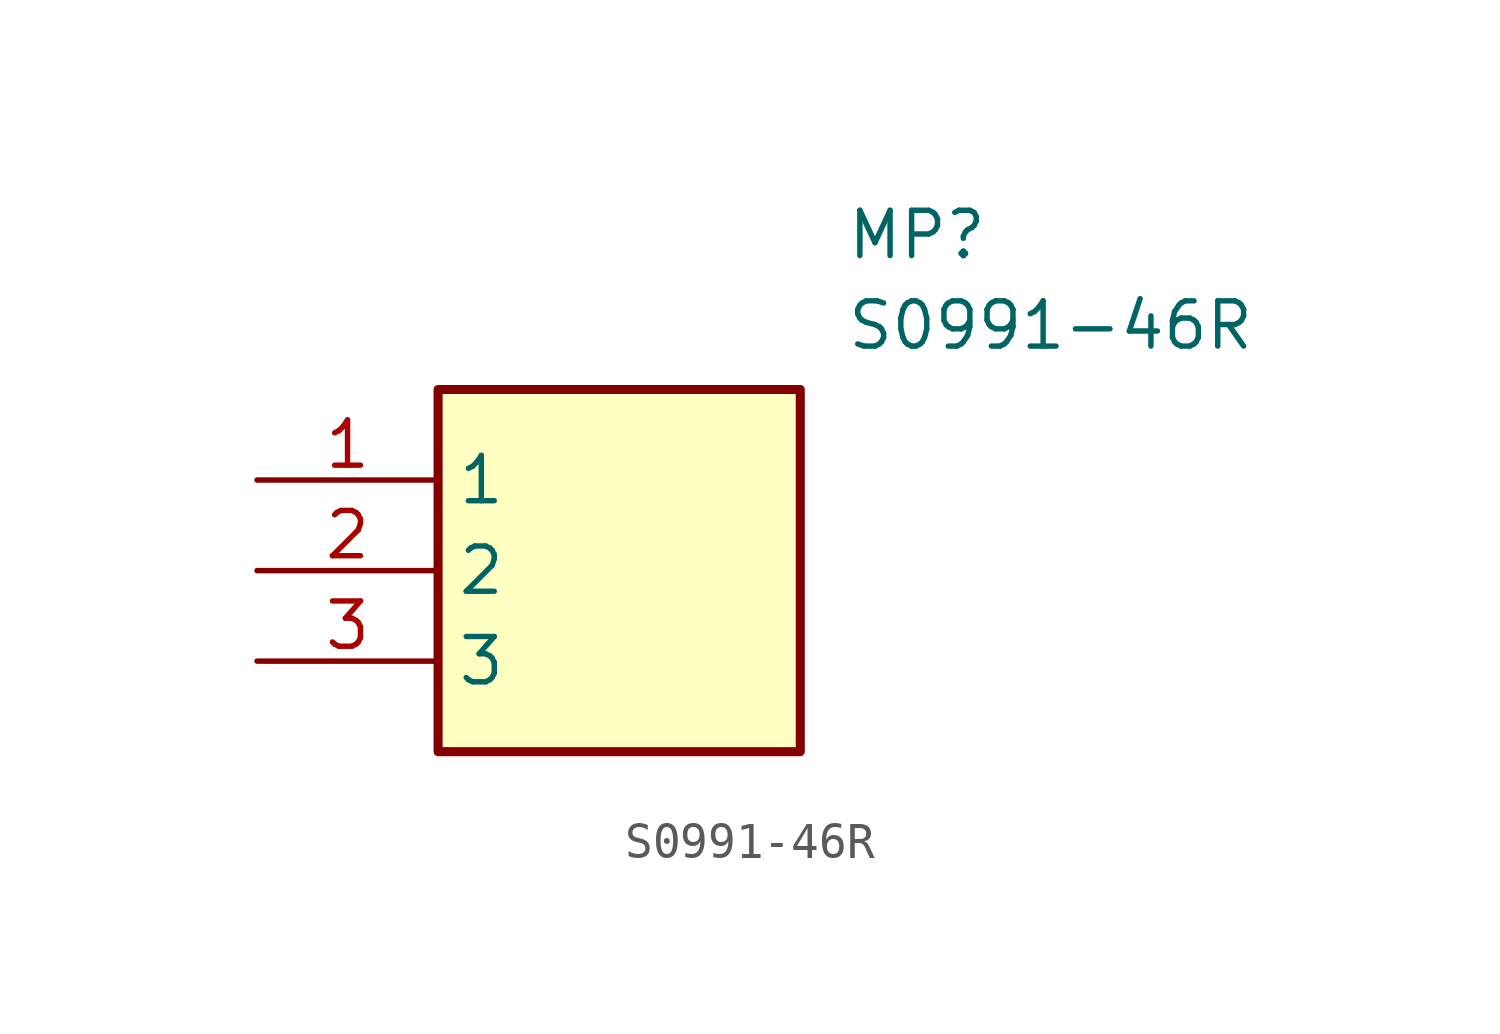
<source format=kicad_sym>
(kicad_symbol_lib
  (version 20211014)
  (generator SamacSys_ECAD_Model)
  (symbol "S0991-46R"
    (property "Reference" "MP"
      (at 16.51 7.62 0)
      (effects (font (size 1.27 1.27)) (justify left top)))
    (property "Value" "S0991-46R"
      (at 16.51 5.08 0)
      (effects (font (size 1.27 1.27)) (justify left top)))
    (rectangle
      (start 5.08 2.54)
      (end 15.24 -7.62)
      (stroke (width 0.254) (type default))
      (fill (type background)))
    (pin passive line
      (at 0 0 0)
      (length 5.08)
      (name "1" (effects (font (size 1.27 1.27))))
      (number "1" (effects (font (size 1.27 1.27)))))
    (pin passive line
      (at 0 -2.54 0)
      (length 5.08)
      (name "2" (effects (font (size 1.27 1.27))))
      (number "2" (effects (font (size 1.27 1.27)))))
    (pin passive line
      (at 0 -5.08 0)
      (length 5.08)
      (name "3" (effects (font (size 1.27 1.27))))
      (number "3" (effects (font (size 1.27 1.27)))))))
</source>
